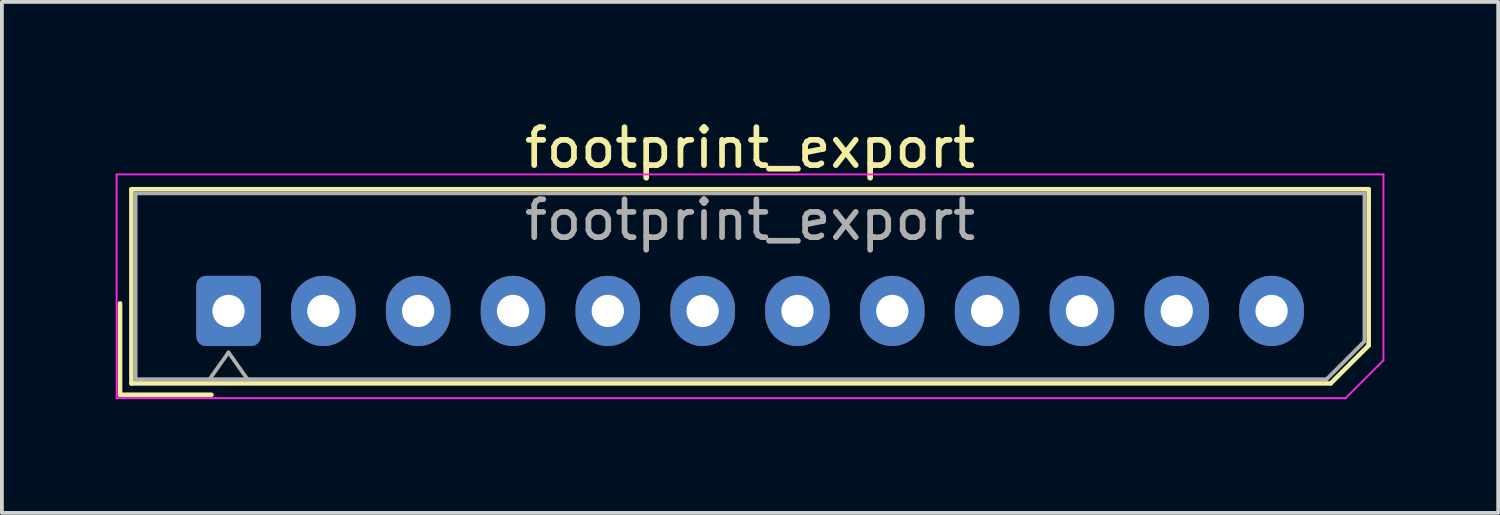
<source format=kicad_pcb>
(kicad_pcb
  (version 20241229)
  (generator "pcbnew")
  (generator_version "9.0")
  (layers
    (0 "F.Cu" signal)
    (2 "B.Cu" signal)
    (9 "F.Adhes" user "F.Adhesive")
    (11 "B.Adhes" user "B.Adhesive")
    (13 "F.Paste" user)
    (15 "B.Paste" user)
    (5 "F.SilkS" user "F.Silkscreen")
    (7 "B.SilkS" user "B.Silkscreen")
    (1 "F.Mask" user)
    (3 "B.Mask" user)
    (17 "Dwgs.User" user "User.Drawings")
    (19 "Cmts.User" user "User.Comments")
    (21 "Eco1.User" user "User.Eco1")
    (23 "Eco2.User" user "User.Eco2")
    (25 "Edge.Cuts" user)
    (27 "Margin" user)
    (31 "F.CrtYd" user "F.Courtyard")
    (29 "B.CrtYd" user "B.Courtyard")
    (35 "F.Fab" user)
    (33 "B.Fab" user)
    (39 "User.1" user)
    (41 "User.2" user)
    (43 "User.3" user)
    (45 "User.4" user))
  (footprint "footprint_export"
    (layer "F.Cu")
    (at 2.975 5.148)
    (property "Reference" "footprint_export" (at 13.75 -4.3 0) (layer "F.SilkS") (effects (font (size 1 1) (thickness 0.15))))
    (attr through_hole)
    (fp_line (start -2.86 -0.2) (end -2.86 2.21) (stroke (width 0.12) (type solid)) (layer "F.SilkS"))
    (fp_line (start -2.86 2.21) (end -0.45 2.21) (stroke (width 0.12) (type solid)) (layer "F.SilkS"))
    (fp_line (start -2.56 -3.21) (end -2.56 1.91) (stroke (width 0.12) (type solid)) (layer "F.SilkS"))
    (fp_line (start -2.56 1.91) (end 29.06 1.91) (stroke (width 0.12) (type solid)) (layer "F.SilkS"))
    (fp_line (start 29.06 1.91) (end 30.06 0.91) (stroke (width 0.12) (type solid)) (layer "F.SilkS"))
    (fp_line (start 30.06 -3.21) (end -2.56 -3.21) (stroke (width 0.12) (type solid)) (layer "F.SilkS"))
    (fp_line (start 30.06 0.91) (end 30.06 -3.21) (stroke (width 0.12) (type solid)) (layer "F.SilkS"))
    (fp_line (start -2.95 -3.6) (end -2.95 2.3) (stroke (width 0.05) (type solid)) (layer "F.CrtYd"))
    (fp_line (start -2.95 2.3) (end 29.45 2.3) (stroke (width 0.05) (type solid)) (layer "F.CrtYd"))
    (fp_line (start 29.45 2.3) (end 30.45 1.3) (stroke (width 0.05) (type solid)) (layer "F.CrtYd"))
    (fp_line (start 30.45 -3.6) (end -2.95 -3.6) (stroke (width 0.05) (type solid)) (layer "F.CrtYd"))
    (fp_line (start 30.45 1.3) (end 30.45 -3.6) (stroke (width 0.05) (type solid)) (layer "F.CrtYd"))
    (fp_line (start -2.45 -3.1) (end -2.45 1.8) (stroke (width 0.1) (type solid)) (layer "F.Fab"))
    (fp_line (start -2.45 1.8) (end 28.95 1.8) (stroke (width 0.1) (type solid)) (layer "F.Fab"))
    (fp_line (start -0.5 1.8) (end 0 1.093) (stroke (width 0.1) (type solid)) (layer "F.Fab"))
    (fp_line (start 0 1.093) (end 0.5 1.8) (stroke (width 0.1) (type solid)) (layer "F.Fab"))
    (fp_line (start 28.95 1.8) (end 29.95 0.8) (stroke (width 0.1) (type solid)) (layer "F.Fab"))
    (fp_line (start 29.95 -3.1) (end -2.45 -3.1) (stroke (width 0.1) (type solid)) (layer "F.Fab"))
    (fp_line (start 29.95 0.8) (end 29.95 -3.1) (stroke (width 0.1) (type solid)) (layer "F.Fab"))
    (fp_text user "${REFERENCE}" (at 13.75 -2.4 0) (layer "F.Fab") (effects (font (size 1 1) (thickness 0.15))))
    (pad "1" thru_hole roundrect (at 0 0) (size 1.7 1.85) (drill 0.85) (layers "*.Cu" "*.Mask") (roundrect_rratio 0.147))
    (pad "2" thru_hole oval (at 2.5 0) (size 1.7 1.85) (drill 0.85) (layers "*.Cu" "*.Mask"))
    (pad "3" thru_hole oval (at 5 0) (size 1.7 1.85) (drill 0.85) (layers "*.Cu" "*.Mask"))
    (pad "4" thru_hole oval (at 7.5 0) (size 1.7 1.85) (drill 0.85) (layers "*.Cu" "*.Mask"))
    (pad "5" thru_hole oval (at 10 0) (size 1.7 1.85) (drill 0.85) (layers "*.Cu" "*.Mask"))
    (pad "6" thru_hole oval (at 12.5 0) (size 1.7 1.85) (drill 0.85) (layers "*.Cu" "*.Mask"))
    (pad "7" thru_hole oval (at 15 0) (size 1.7 1.85) (drill 0.85) (layers "*.Cu" "*.Mask"))
    (pad "8" thru_hole oval (at 17.5 0) (size 1.7 1.85) (drill 0.85) (layers "*.Cu" "*.Mask"))
    (pad "9" thru_hole oval (at 20 0) (size 1.7 1.85) (drill 0.85) (layers "*.Cu" "*.Mask"))
    (pad "10" thru_hole oval (at 22.5 0) (size 1.7 1.85) (drill 0.85) (layers "*.Cu" "*.Mask"))
    (pad "11" thru_hole oval (at 25 0) (size 1.7 1.85) (drill 0.85) (layers "*.Cu" "*.Mask"))
    (pad "12" thru_hole oval (at 27.5 0) (size 1.7 1.85) (drill 0.85) (layers "*.Cu" "*.Mask")))
  (gr_rect
    (start -3 -3)
    (end 36.45 10.473)
    (stroke (width 0.1) (type default))
    (fill no)
    (layer "Edge.Cuts")))
</source>
